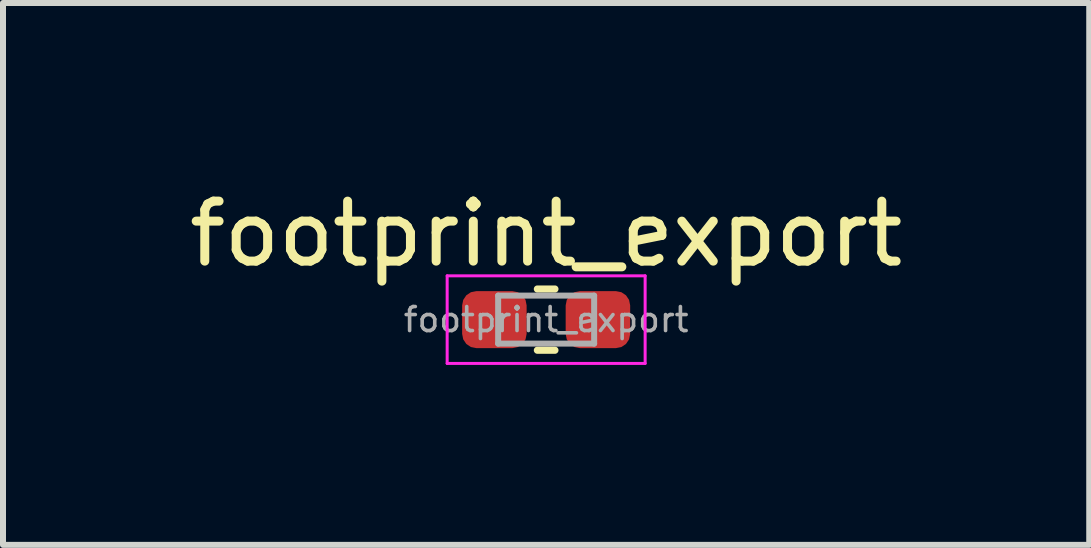
<source format=kicad_pcb>
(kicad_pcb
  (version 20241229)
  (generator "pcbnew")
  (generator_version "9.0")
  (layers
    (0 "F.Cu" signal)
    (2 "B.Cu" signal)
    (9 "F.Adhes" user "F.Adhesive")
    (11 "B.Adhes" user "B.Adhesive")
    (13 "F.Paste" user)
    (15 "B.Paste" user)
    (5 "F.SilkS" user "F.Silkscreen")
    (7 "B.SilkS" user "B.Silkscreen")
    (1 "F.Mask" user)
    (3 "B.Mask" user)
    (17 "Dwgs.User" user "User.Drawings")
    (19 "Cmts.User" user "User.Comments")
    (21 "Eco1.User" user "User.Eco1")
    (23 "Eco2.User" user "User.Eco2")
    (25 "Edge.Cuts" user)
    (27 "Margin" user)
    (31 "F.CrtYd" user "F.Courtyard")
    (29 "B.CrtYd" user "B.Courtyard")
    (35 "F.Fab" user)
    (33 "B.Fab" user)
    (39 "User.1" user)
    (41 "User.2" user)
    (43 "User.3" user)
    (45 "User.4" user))
  (footprint "footprint_export"
    (layer "F.Cu")
    (at 6.054 2.278)
    (property "Reference" "footprint_export" (at 0 -1.43 0) (layer "F.SilkS") (effects (font (size 1 1) (thickness 0.15))))
    (attr smd)
    (fp_line (start -0.146 -0.51) (end 0.146 -0.51) (stroke (width 0.12) (type solid)) (layer "F.SilkS"))
    (fp_line (start -0.146 0.51) (end 0.146 0.51) (stroke (width 0.12) (type solid)) (layer "F.SilkS"))
    (fp_line (start -1.65 -0.73) (end 1.65 -0.73) (stroke (width 0.05) (type solid)) (layer "F.CrtYd"))
    (fp_line (start -1.65 0.73) (end -1.65 -0.73) (stroke (width 0.05) (type solid)) (layer "F.CrtYd"))
    (fp_line (start 1.65 -0.73) (end 1.65 0.73) (stroke (width 0.05) (type solid)) (layer "F.CrtYd"))
    (fp_line (start 1.65 0.73) (end -1.65 0.73) (stroke (width 0.05) (type solid)) (layer "F.CrtYd"))
    (fp_line (start -0.8 -0.4) (end 0.8 -0.4) (stroke (width 0.1) (type solid)) (layer "F.Fab"))
    (fp_line (start -0.8 0.4) (end -0.8 -0.4) (stroke (width 0.1) (type solid)) (layer "F.Fab"))
    (fp_line (start 0.8 -0.4) (end 0.8 0.4) (stroke (width 0.1) (type solid)) (layer "F.Fab"))
    (fp_line (start 0.8 0.4) (end -0.8 0.4) (stroke (width 0.1) (type solid)) (layer "F.Fab"))
    (fp_text user "${REFERENCE}" (at 0 0 0) (layer "F.Fab") (effects (font (size 0.4 0.4) (thickness 0.06))))
    (pad "1" smd roundrect (at -0.863 0) (size 1.075 0.95) (layers "F.Cu" "F.Mask" "F.Paste") (roundrect_rratio 0.25))
    (pad "2" smd roundrect (at 0.863 0) (size 1.075 0.95) (layers "F.Cu" "F.Mask" "F.Paste") (roundrect_rratio 0.25)))
  (gr_rect
    (start -3 -3)
    (end 15.107 6.033)
    (stroke (width 0.1) (type default))
    (fill no)
    (layer "Edge.Cuts")))
</source>
